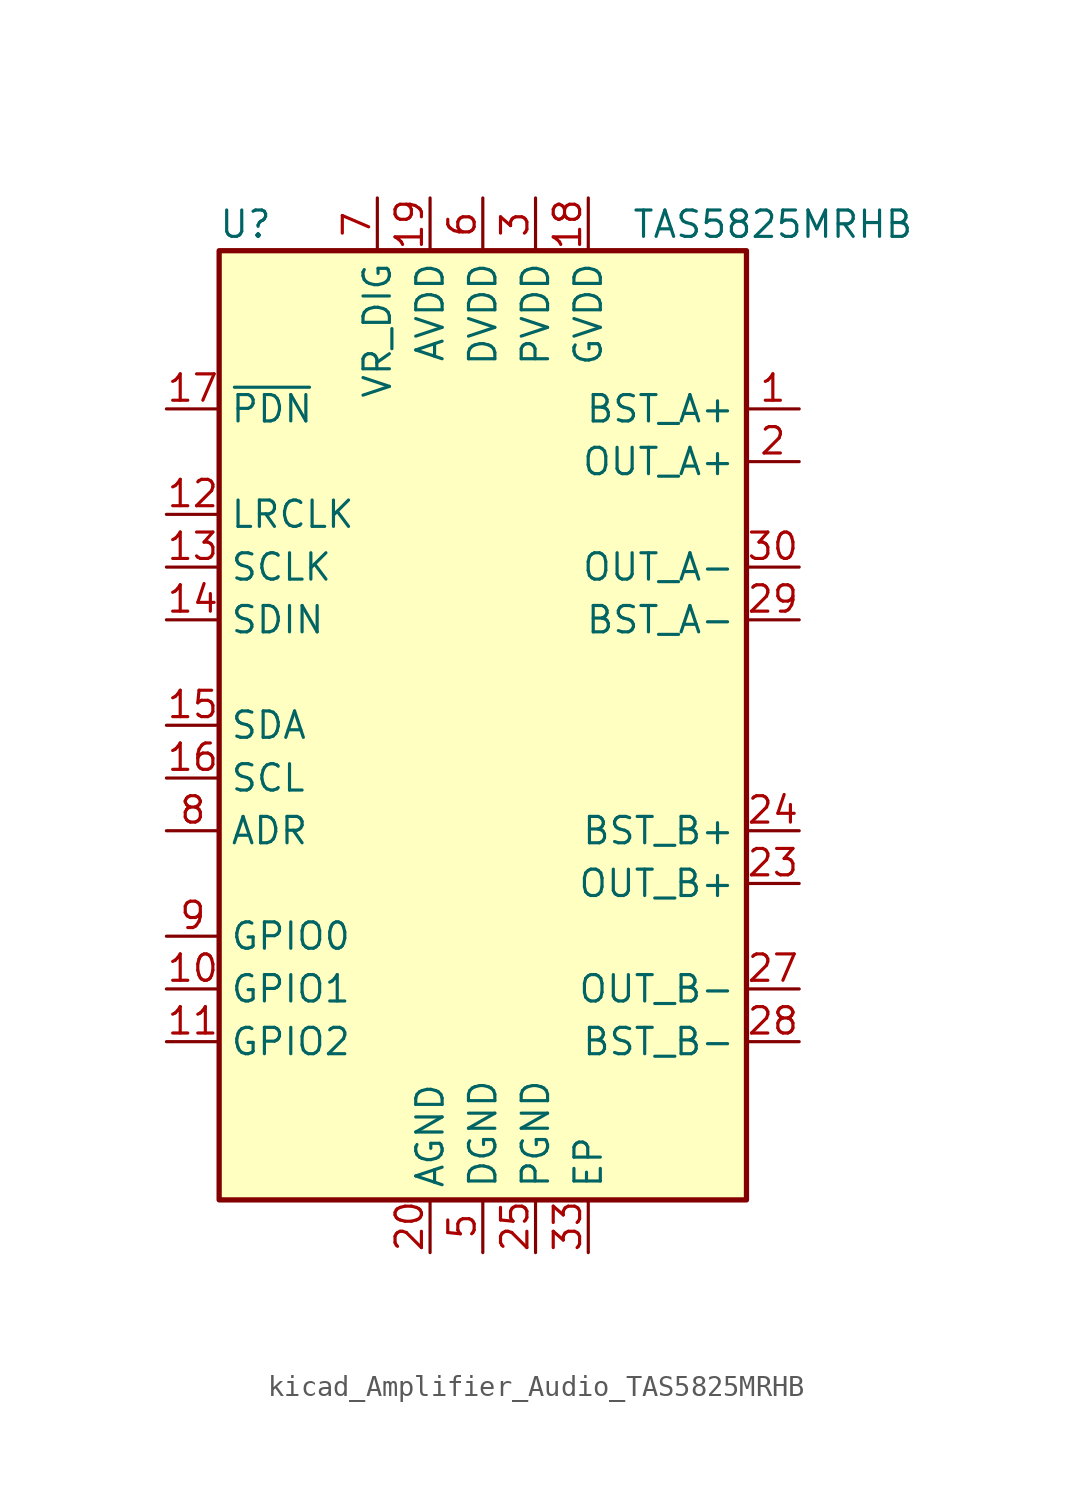
<source format=kicad_sym>
(kicad_symbol_lib
  (version 20220914)
  (generator kicad_symbol_editor)
  (symbol "kicad_Amplifier_Audio_TAS5825MRHB"
    (property "Reference" "U"
      (at -11.43 24.13 0)
      (effects (font (size 1.27 1.27))))
    (property "Value" "TAS5825MRHB"
      (at 13.97 24.13 0)
      (effects (font (size 1.27 1.27))))
    (symbol "kicad_Amplifier_Audio_TAS5825MRHB_0_1"
      (rectangle (start -12.7 22.86) (end 12.7 -22.86) (stroke (width 0.254) (type default)) (fill (type background))))
    (symbol "kicad_Amplifier_Audio_TAS5825MRHB_1_1"
      (pin passive line (at 15.24 15.24 180) (length 2.54) (name "BST_A+" (effects (font (size 1.27 1.27)))) (number "1" (effects (font (size 1.27 1.27)))))
      (pin bidirectional line (at -15.24 -12.7 0) (length 2.54) (name "GPIO1" (effects (font (size 1.27 1.27)))) (number "10" (effects (font (size 1.27 1.27)))))
      (pin bidirectional line (at -15.24 -15.24 0) (length 2.54) (name "GPIO2" (effects (font (size 1.27 1.27)))) (number "11" (effects (font (size 1.27 1.27)))))
      (pin input line (at -15.24 10.16 0) (length 2.54) (name "LRCLK" (effects (font (size 1.27 1.27)))) (number "12" (effects (font (size 1.27 1.27)))))
      (pin input line (at -15.24 7.62 0) (length 2.54) (name "SCLK" (effects (font (size 1.27 1.27)))) (number "13" (effects (font (size 1.27 1.27)))))
      (pin input line (at -15.24 5.08 0) (length 2.54) (name "SDIN" (effects (font (size 1.27 1.27)))) (number "14" (effects (font (size 1.27 1.27)))))
      (pin bidirectional line (at -15.24 0 0) (length 2.54) (name "SDA" (effects (font (size 1.27 1.27)))) (number "15" (effects (font (size 1.27 1.27)))))
      (pin input line (at -15.24 -2.54 0) (length 2.54) (name "SCL" (effects (font (size 1.27 1.27)))) (number "16" (effects (font (size 1.27 1.27)))))
      (pin input line (at -15.24 15.24 0) (length 2.54) (name "~{PDN}" (effects (font (size 1.27 1.27)))) (number "17" (effects (font (size 1.27 1.27)))))
      (pin passive line (at 5.08 25.4 270) (length 2.54) (name "GVDD" (effects (font (size 1.27 1.27)))) (number "18" (effects (font (size 1.27 1.27)))))
      (pin passive line (at -2.54 25.4 270) (length 2.54) (name "AVDD" (effects (font (size 1.27 1.27)))) (number "19" (effects (font (size 1.27 1.27)))))
      (pin output line (at 15.24 12.7 180) (length 2.54) (name "OUT_A+" (effects (font (size 1.27 1.27)))) (number "2" (effects (font (size 1.27 1.27)))))
      (pin power_in line (at -2.54 -25.4 90) (length 2.54) (name "AGND" (effects (font (size 1.27 1.27)))) (number "20" (effects (font (size 1.27 1.27)))))
      (pin passive line (at 2.54 25.4 270) (length 2.54) hide (name "PVDD" (effects (font (size 1.27 1.27)))) (number "21" (effects (font (size 1.27 1.27)))))
      (pin passive line (at 2.54 25.4 270) (length 2.54) hide (name "PVDD" (effects (font (size 1.27 1.27)))) (number "22" (effects (font (size 1.27 1.27)))))
      (pin output line (at 15.24 -7.62 180) (length 2.54) (name "OUT_B+" (effects (font (size 1.27 1.27)))) (number "23" (effects (font (size 1.27 1.27)))))
      (pin passive line (at 15.24 -5.08 180) (length 2.54) (name "BST_B+" (effects (font (size 1.27 1.27)))) (number "24" (effects (font (size 1.27 1.27)))))
      (pin power_in line (at 2.54 -25.4 90) (length 2.54) (name "PGND" (effects (font (size 1.27 1.27)))) (number "25" (effects (font (size 1.27 1.27)))))
      (pin passive line (at 2.54 -25.4 90) (length 2.54) hide (name "PGND" (effects (font (size 1.27 1.27)))) (number "26" (effects (font (size 1.27 1.27)))))
      (pin output line (at 15.24 -12.7 180) (length 2.54) (name "OUT_B-" (effects (font (size 1.27 1.27)))) (number "27" (effects (font (size 1.27 1.27)))))
      (pin passive line (at 15.24 -15.24 180) (length 2.54) (name "BST_B-" (effects (font (size 1.27 1.27)))) (number "28" (effects (font (size 1.27 1.27)))))
      (pin passive line (at 15.24 5.08 180) (length 2.54) (name "BST_A-" (effects (font (size 1.27 1.27)))) (number "29" (effects (font (size 1.27 1.27)))))
      (pin power_in line (at 2.54 25.4 270) (length 2.54) (name "PVDD" (effects (font (size 1.27 1.27)))) (number "3" (effects (font (size 1.27 1.27)))))
      (pin output line (at 15.24 7.62 180) (length 2.54) (name "OUT_A-" (effects (font (size 1.27 1.27)))) (number "30" (effects (font (size 1.27 1.27)))))
      (pin passive line (at 2.54 -25.4 90) (length 2.54) hide (name "PGND" (effects (font (size 1.27 1.27)))) (number "31" (effects (font (size 1.27 1.27)))))
      (pin passive line (at 2.54 -25.4 90) (length 2.54) hide (name "PGND" (effects (font (size 1.27 1.27)))) (number "32" (effects (font (size 1.27 1.27)))))
      (pin passive line (at 5.08 -25.4 90) (length 2.54) (name "EP" (effects (font (size 1.27 1.27)))) (number "33" (effects (font (size 1.27 1.27)))))
      (pin passive line (at 2.54 25.4 270) (length 2.54) hide (name "PVDD" (effects (font (size 1.27 1.27)))) (number "4" (effects (font (size 1.27 1.27)))))
      (pin power_in line (at 0 -25.4 90) (length 2.54) (name "DGND" (effects (font (size 1.27 1.27)))) (number "5" (effects (font (size 1.27 1.27)))))
      (pin power_in line (at 0 25.4 270) (length 2.54) (name "DVDD" (effects (font (size 1.27 1.27)))) (number "6" (effects (font (size 1.27 1.27)))))
      (pin passive line (at -5.08 25.4 270) (length 2.54) (name "VR_DIG" (effects (font (size 1.27 1.27)))) (number "7" (effects (font (size 1.27 1.27)))))
      (pin passive line (at -15.24 -5.08 0) (length 2.54) (name "ADR" (effects (font (size 1.27 1.27)))) (number "8" (effects (font (size 1.27 1.27)))))
      (pin bidirectional line (at -15.24 -10.16 0) (length 2.54) (name "GPIO0" (effects (font (size 1.27 1.27)))) (number "9" (effects (font (size 1.27 1.27))))))))
</source>
